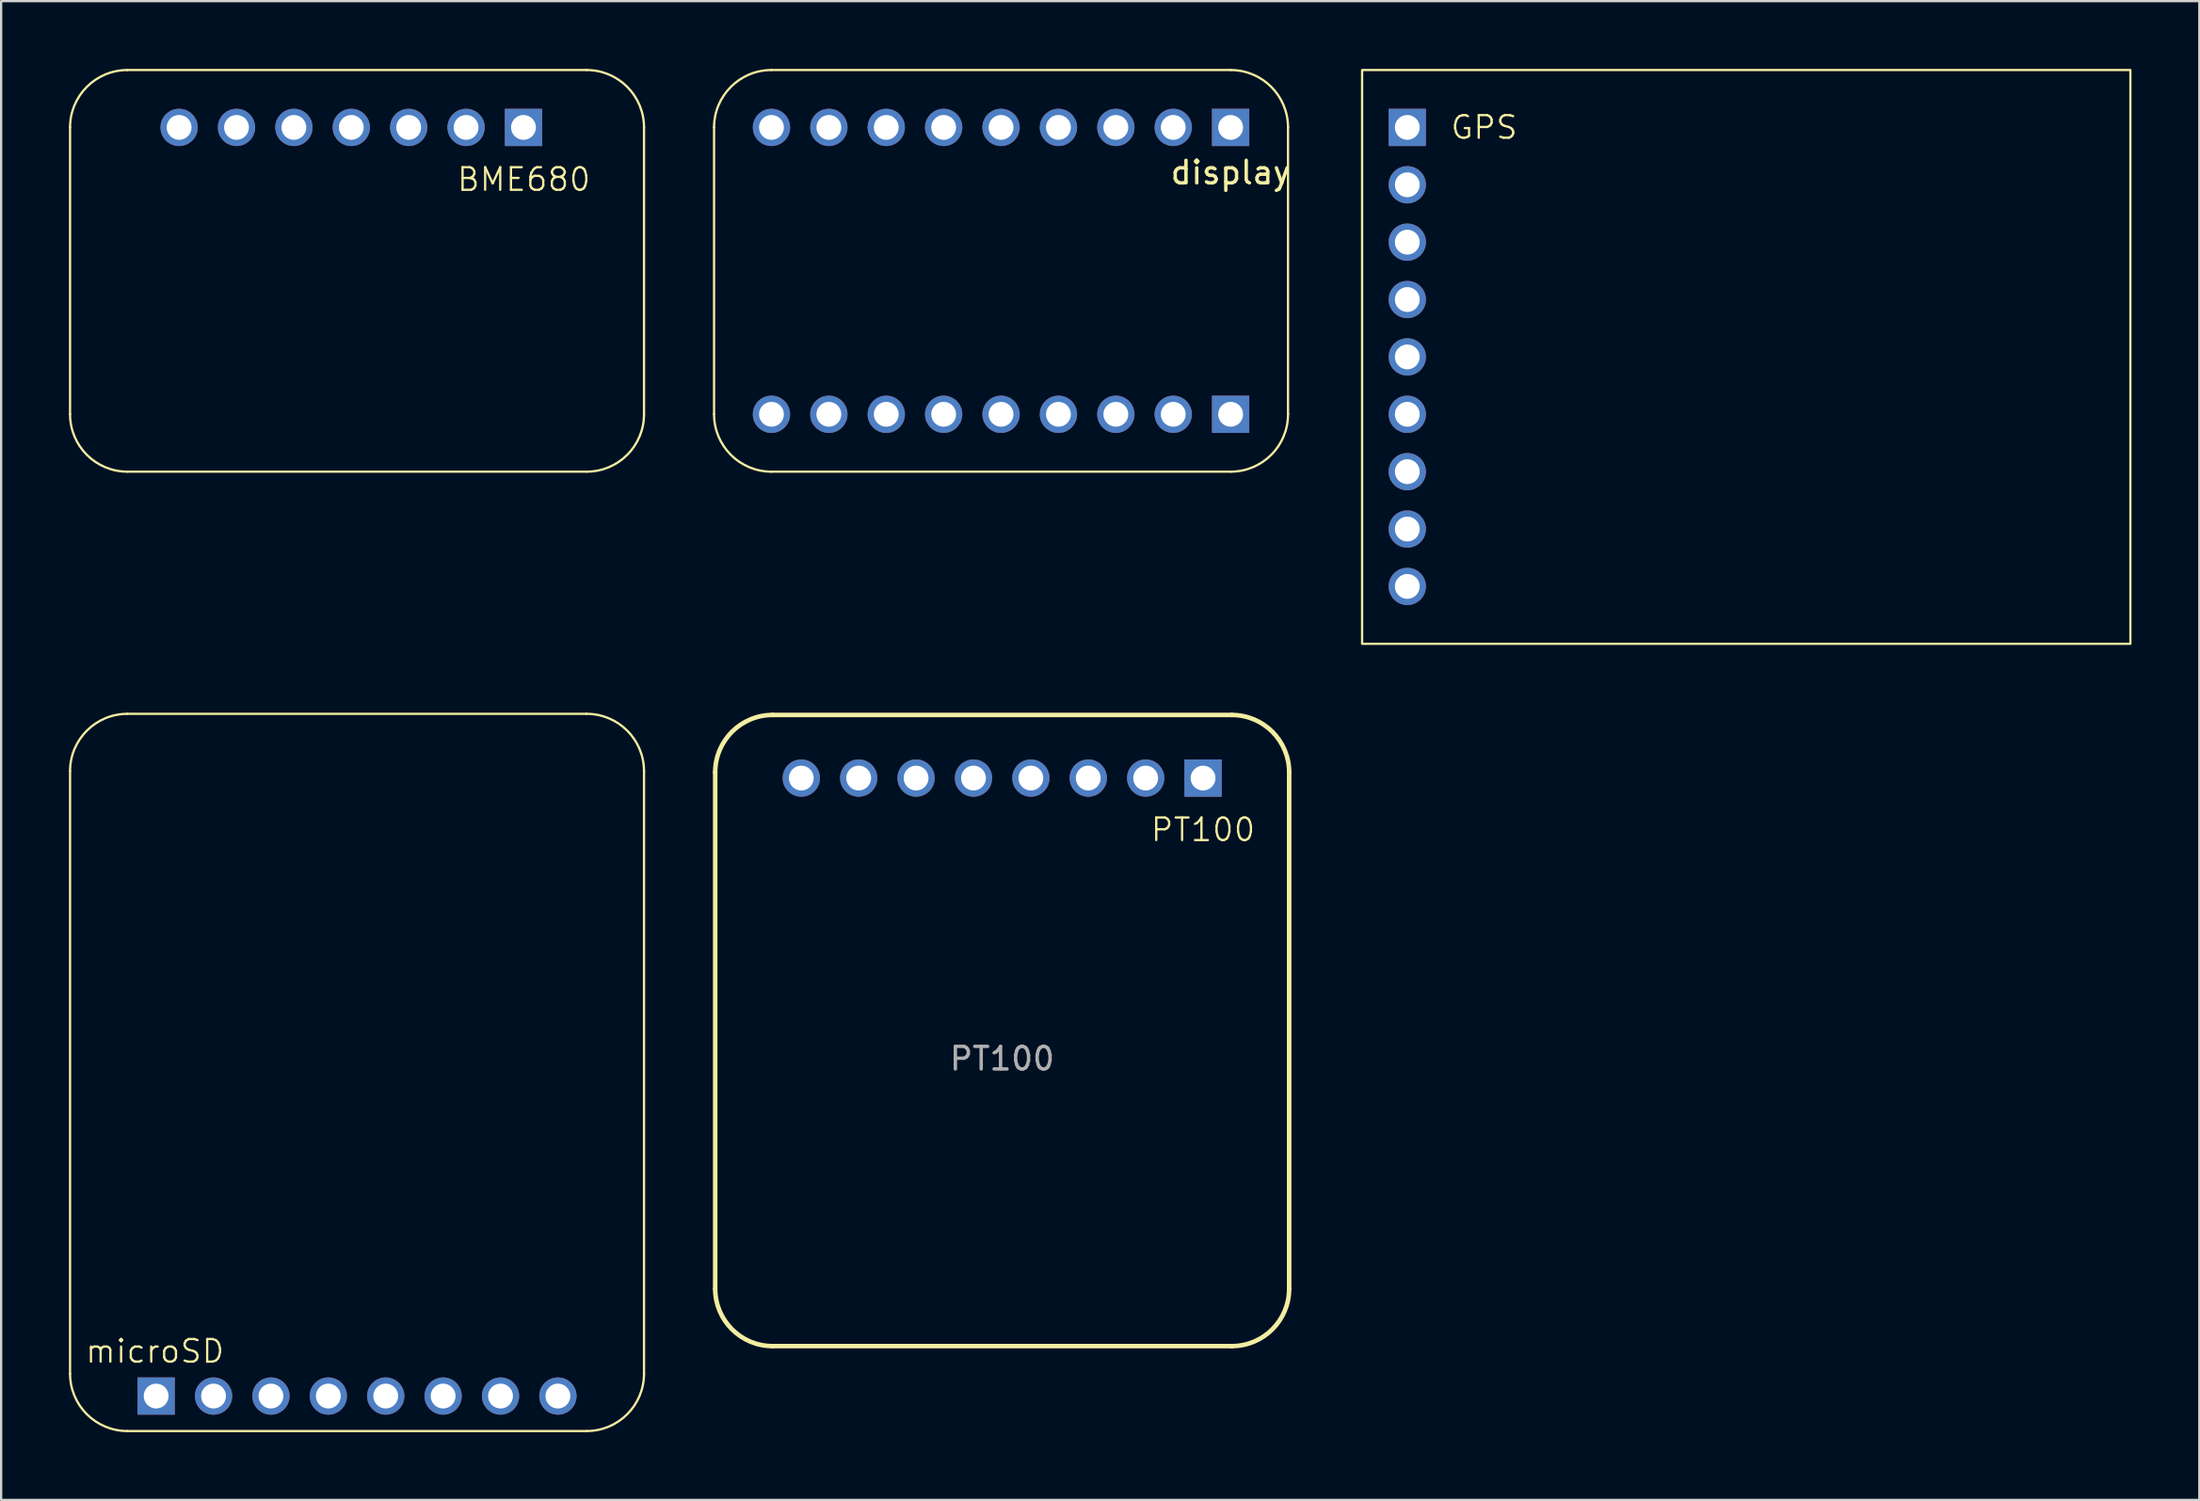
<source format=kicad_pcb>
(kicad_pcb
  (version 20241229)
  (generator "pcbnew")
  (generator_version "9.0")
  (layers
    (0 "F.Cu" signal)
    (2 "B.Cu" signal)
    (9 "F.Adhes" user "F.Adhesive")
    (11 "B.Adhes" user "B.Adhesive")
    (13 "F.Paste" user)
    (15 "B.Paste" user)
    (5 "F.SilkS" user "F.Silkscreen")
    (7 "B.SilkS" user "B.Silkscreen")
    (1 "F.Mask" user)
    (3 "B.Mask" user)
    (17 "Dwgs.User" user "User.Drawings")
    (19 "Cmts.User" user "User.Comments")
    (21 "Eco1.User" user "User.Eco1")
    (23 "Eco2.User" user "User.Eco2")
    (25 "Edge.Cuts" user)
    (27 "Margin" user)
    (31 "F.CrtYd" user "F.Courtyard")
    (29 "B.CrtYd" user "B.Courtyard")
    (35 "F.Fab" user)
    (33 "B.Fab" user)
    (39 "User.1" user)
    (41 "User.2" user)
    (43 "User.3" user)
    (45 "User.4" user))
  (footprint "PT100"
    (layer "F.Cu")
    (at 41.3 43.078)
    (property "Reference" "PT100" (at 8.89 -9.398 0) (unlocked yes) (layer "F.SilkS") (effects (font (size 1 1) (thickness 0.1))))
    (attr through_hole)
    (fp_line (start -12.7 10.922) (end -12.7 -11.938) (stroke (width 0.2) (type default)) (layer "F.SilkS"))
    (fp_line (start -10.16 -14.478) (end 10.16 -14.478) (stroke (width 0.2) (type default)) (layer "F.SilkS"))
    (fp_line (start 10.16 13.462) (end -10.16 13.462) (stroke (width 0.2) (type default)) (layer "F.SilkS"))
    (fp_line (start 12.7 -11.938) (end 12.7 10.922) (stroke (width 0.2) (type default)) (layer "F.SilkS"))
    (fp_arc (start -12.7 -11.938) (mid -11.956051 -13.734051) (end -10.16 -14.478) (stroke (width 0.2) (type default)) (layer "F.SilkS"))
    (fp_arc (start -10.16 13.462) (mid -11.956051 12.718051) (end -12.7 10.922) (stroke (width 0.2) (type default)) (layer "F.SilkS"))
    (fp_arc (start 10.16 -14.478) (mid 11.956051 -13.734051) (end 12.7 -11.938) (stroke (width 0.2) (type default)) (layer "F.SilkS"))
    (fp_arc (start 12.7 10.922) (mid 11.956051 12.718051) (end 10.16 13.462) (stroke (width 0.2) (type default)) (layer "F.SilkS"))
    (fp_text user "${REFERENCE}" (at 0 0.738 0) (unlocked yes) (layer "F.Fab") (effects (font (size 1 1) (thickness 0.15))))
    (pad "1" thru_hole rect (at 8.89 -11.684 180) (size 1.65 1.65) (drill 1.1) (layers "*.Cu" "*.Mask"))
    (pad "2" thru_hole circle (at 6.35 -11.684 180) (size 1.65 1.65) (drill 1.1) (layers "*.Cu" "*.Mask"))
    (pad "3" thru_hole circle (at 3.81 -11.684 180) (size 1.65 1.65) (drill 1.1) (layers "*.Cu" "*.Mask"))
    (pad "4" thru_hole circle (at 1.27 -11.684 180) (size 1.65 1.65) (drill 1.1) (layers "*.Cu" "*.Mask"))
    (pad "5" thru_hole circle (at -1.27 -11.684 180) (size 1.65 1.65) (drill 1.1) (layers "*.Cu" "*.Mask"))
    (pad "6" thru_hole circle (at -3.81 -11.684 180) (size 1.65 1.65) (drill 1.1) (layers "*.Cu" "*.Mask"))
    (pad "7" thru_hole circle (at -6.35 -11.684 180) (size 1.65 1.65) (drill 1.1) (layers "*.Cu" "*.Mask"))
    (pad "8" thru_hole circle (at -8.89 -11.684 180) (size 1.65 1.65) (drill 1.1) (layers "*.Cu" "*.Mask")))
  (footprint "display"
    (layer "F.Cu")
    (at 41.25 8.94)
    (property "Reference" "display" (at 10.16 -4.35 0) (unlocked yes) (layer "F.SilkS") (effects (font (size 1 1) (thickness 0.15))))
    (attr smd)
    (fp_line (start -12.7 -6.35) (end -12.7 6.35) (stroke (width 0.1) (type default)) (layer "F.SilkS"))
    (fp_line (start -10.16 8.89) (end 10.16 8.89) (stroke (width 0.1) (type default)) (layer "F.SilkS"))
    (fp_line (start 10.16 -8.89) (end -10.16 -8.89) (stroke (width 0.1) (type default)) (layer "F.SilkS"))
    (fp_line (start 12.7 6.35) (end 12.7 -6.35) (stroke (width 0.1) (type default)) (layer "F.SilkS"))
    (fp_arc (start -12.7 -6.35) (mid -11.956051 -8.146051) (end -10.16 -8.89) (stroke (width 0.1) (type default)) (layer "F.SilkS"))
    (fp_arc (start -10.16 8.89) (mid -11.956051 8.146051) (end -12.7 6.35) (stroke (width 0.1) (type default)) (layer "F.SilkS"))
    (fp_arc (start 10.16 -8.89) (mid 11.956051 -8.146051) (end 12.7 -6.35) (stroke (width 0.1) (type default)) (layer "F.SilkS"))
    (fp_arc (start 12.7 6.35) (mid 11.956051 8.146051) (end 10.16 8.89) (stroke (width 0.1) (type default)) (layer "F.SilkS"))
    (pad "1" thru_hole rect (at 10.16 -6.35 180) (size 1.65 1.65) (drill 1.1) (layers "*.Cu" "*.Mask"))
    (pad "2" thru_hole circle (at 7.62 -6.35 180) (size 1.65 1.65) (drill 1.1) (layers "*.Cu" "*.Mask"))
    (pad "3" thru_hole circle (at 5.08 -6.35 180) (size 1.65 1.65) (drill 1.1) (layers "*.Cu" "*.Mask"))
    (pad "4" thru_hole circle (at 2.54 -6.35 180) (size 1.65 1.65) (drill 1.1) (layers "*.Cu" "*.Mask"))
    (pad "5" thru_hole circle (at 0 -6.35 180) (size 1.65 1.65) (drill 1.1) (layers "*.Cu" "*.Mask"))
    (pad "6" thru_hole circle (at -2.54 -6.35 180) (size 1.65 1.65) (drill 1.1) (layers "*.Cu" "*.Mask"))
    (pad "7" thru_hole circle (at -5.08 -6.35 180) (size 1.65 1.65) (drill 1.1) (layers "*.Cu" "*.Mask"))
    (pad "8" thru_hole circle (at -7.62 -6.35 180) (size 1.65 1.65) (drill 1.1) (layers "*.Cu" "*.Mask"))
    (pad "9" thru_hole circle (at -10.16 -6.35 180) (size 1.65 1.65) (drill 1.1) (layers "*.Cu" "*.Mask"))
    (pad "10" thru_hole rect (at 10.16 6.35 180) (size 1.65 1.65) (drill 1.1) (layers "*.Cu" "*.Mask"))
    (pad "11" thru_hole circle (at 7.62 6.35 180) (size 1.65 1.65) (drill 1.1) (layers "*.Cu" "*.Mask"))
    (pad "12" thru_hole circle (at 5.08 6.35 180) (size 1.65 1.65) (drill 1.1) (layers "*.Cu" "*.Mask"))
    (pad "13" thru_hole circle (at 2.54 6.35 180) (size 1.65 1.65) (drill 1.1) (layers "*.Cu" "*.Mask"))
    (pad "14" thru_hole circle (at 0 6.35 180) (size 1.65 1.65) (drill 1.1) (layers "*.Cu" "*.Mask"))
    (pad "15" thru_hole circle (at -2.54 6.35 180) (size 1.65 1.65) (drill 1.1) (layers "*.Cu" "*.Mask"))
    (pad "16" thru_hole circle (at -5.08 6.35 180) (size 1.65 1.65) (drill 1.1) (layers "*.Cu" "*.Mask"))
    (pad "17" thru_hole circle (at -7.62 6.35 180) (size 1.65 1.65) (drill 1.1) (layers "*.Cu" "*.Mask"))
    (pad "18" thru_hole circle (at -10.16 6.35 180) (size 1.65 1.65) (drill 1.1) (layers "*.Cu" "*.Mask")))
  (footprint "microSD"
    (layer "F.Cu")
    (at 12.75 44.425)
    (property "Reference" "microSD" (at -8.941 12.344 0) (unlocked yes) (layer "F.SilkS") (effects (font (size 1 1) (thickness 0.1))))
    (attr through_hole)
    (fp_line (start -12.7 -13.335) (end -12.7 13.335) (stroke (width 0.1) (type default)) (layer "F.SilkS"))
    (fp_line (start -10.16 15.875) (end 10.16 15.875) (stroke (width 0.1) (type default)) (layer "F.SilkS"))
    (fp_line (start 10.16 -15.875) (end -10.16 -15.875) (stroke (width 0.1) (type default)) (layer "F.SilkS"))
    (fp_line (start 12.7 13.335) (end 12.7 -13.335) (stroke (width 0.1) (type default)) (layer "F.SilkS"))
    (fp_arc (start -12.7 -13.335) (mid -11.956051 -15.131051) (end -10.16 -15.875) (stroke (width 0.1) (type default)) (layer "F.SilkS"))
    (fp_arc (start -10.16 15.875) (mid -11.956051 15.131051) (end -12.7 13.335) (stroke (width 0.1) (type default)) (layer "F.SilkS"))
    (fp_arc (start 10.16 -15.875) (mid 11.956051 -15.131051) (end 12.7 -13.335) (stroke (width 0.1) (type default)) (layer "F.SilkS"))
    (fp_arc (start 12.7 13.335) (mid 11.956051 15.131051) (end 10.16 15.875) (stroke (width 0.1) (type default)) (layer "F.SilkS"))
    (pad "1" thru_hole rect (at -8.89 14.326) (size 1.65 1.65) (drill 1.1) (layers "*.Cu" "*.Mask"))
    (pad "2" thru_hole circle (at -6.35 14.326) (size 1.65 1.65) (drill 1.1) (layers "*.Cu" "*.Mask"))
    (pad "3" thru_hole circle (at -3.81 14.326) (size 1.65 1.65) (drill 1.1) (layers "*.Cu" "*.Mask"))
    (pad "4" thru_hole circle (at -1.27 14.326) (size 1.65 1.65) (drill 1.1) (layers "*.Cu" "*.Mask"))
    (pad "5" thru_hole circle (at 1.27 14.326) (size 1.65 1.65) (drill 1.1) (layers "*.Cu" "*.Mask"))
    (pad "6" thru_hole circle (at 3.81 14.326) (size 1.65 1.65) (drill 1.1) (layers "*.Cu" "*.Mask"))
    (pad "7" thru_hole circle (at 6.35 14.326) (size 1.65 1.65) (drill 1.1) (layers "*.Cu" "*.Mask"))
    (pad "8" thru_hole circle (at 8.89 14.326) (size 1.65 1.65) (drill 1.1) (layers "*.Cu" "*.Mask")))
  (footprint "GPS"
    (layer "F.Cu")
    (at 74.228 12.75)
    (property "Reference" "GPS" (at -11.6 -10.16 0) (unlocked yes) (layer "F.SilkS") (effects (font (size 1 1) (thickness 0.1))))
    (attr through_hole)
    (fp_rect (start -17 -12.7) (end 17 12.7) (stroke (width 0.1) (type default)) (fill no) (layer "F.SilkS"))
    (pad "1" thru_hole rect (at -15 -10.16 270) (size 1.65 1.65) (drill 1.1) (layers "*.Cu" "*.Mask"))
    (pad "2" thru_hole circle (at -15 -7.62 270) (size 1.65 1.65) (drill 1.1) (layers "*.Cu" "*.Mask"))
    (pad "3" thru_hole circle (at -15 -5.08 270) (size 1.65 1.65) (drill 1.1) (layers "*.Cu" "*.Mask"))
    (pad "4" thru_hole circle (at -15 -2.54 270) (size 1.65 1.65) (drill 1.1) (layers "*.Cu" "*.Mask"))
    (pad "5" thru_hole circle (at -15 0 270) (size 1.65 1.65) (drill 1.1) (layers "*.Cu" "*.Mask"))
    (pad "6" thru_hole circle (at -15 2.54 270) (size 1.65 1.65) (drill 1.1) (layers "*.Cu" "*.Mask"))
    (pad "7" thru_hole circle (at -15 5.08 270) (size 1.65 1.65) (drill 1.1) (layers "*.Cu" "*.Mask"))
    (pad "8" thru_hole circle (at -15 7.62 270) (size 1.65 1.65) (drill 1.1) (layers "*.Cu" "*.Mask"))
    (pad "9" thru_hole circle (at -15 10.16 270) (size 1.65 1.65) (drill 1.1) (layers "*.Cu" "*.Mask")))
  (footprint "BME680"
    (layer "F.Cu")
    (at 12.496 8.94)
    (property "Reference" "BME680" (at 7.638 -4.046 0) (unlocked yes) (layer "F.SilkS") (effects (font (size 1 1) (thickness 0.1))))
    (attr through_hole)
    (fp_line (start -12.446 6.35) (end -12.446 -6.35) (stroke (width 0.1) (type default)) (layer "F.SilkS"))
    (fp_line (start -9.906 -8.89) (end 10.414 -8.89) (stroke (width 0.1) (type default)) (layer "F.SilkS"))
    (fp_line (start 10.414 8.89) (end -9.906 8.89) (stroke (width 0.1) (type default)) (layer "F.SilkS"))
    (fp_line (start 12.954 -6.35) (end 12.954 6.35) (stroke (width 0.1) (type default)) (layer "F.SilkS"))
    (fp_arc (start -12.446 -6.35) (mid -11.702051 -8.146051) (end -9.906 -8.89) (stroke (width 0.1) (type default)) (layer "F.SilkS"))
    (fp_arc (start -9.906 8.89) (mid -11.702051 8.146051) (end -12.446 6.35) (stroke (width 0.1) (type default)) (layer "F.SilkS"))
    (fp_arc (start 10.414 -8.89) (mid 12.210051 -8.146051) (end 12.954 -6.35) (stroke (width 0.1) (type default)) (layer "F.SilkS"))
    (fp_arc (start 12.954 6.35) (mid 12.210051 8.146051) (end 10.414 8.89) (stroke (width 0.1) (type default)) (layer "F.SilkS"))
    (pad "1" thru_hole rect (at 7.62 -6.35) (size 1.65 1.65) (drill 1.1) (layers "*.Cu" "*.Mask"))
    (pad "2" thru_hole circle (at 5.08 -6.35) (size 1.65 1.65) (drill 1.1) (layers "*.Cu" "*.Mask"))
    (pad "3" thru_hole circle (at 2.54 -6.35) (size 1.65 1.65) (drill 1.1) (layers "*.Cu" "*.Mask"))
    (pad "4" thru_hole circle (at 0 -6.35) (size 1.65 1.65) (drill 1.1) (layers "*.Cu" "*.Mask"))
    (pad "5" thru_hole circle (at -2.54 -6.35) (size 1.65 1.65) (drill 1.1) (layers "*.Cu" "*.Mask"))
    (pad "6" thru_hole circle (at -5.08 -6.35) (size 1.65 1.65) (drill 1.1) (layers "*.Cu" "*.Mask"))
    (pad "7" thru_hole circle (at -7.62 -6.35) (size 1.65 1.65) (drill 1.1) (layers "*.Cu" "*.Mask")))
  (gr_rect
    (start -3 -3)
    (end 94.278 63.35)
    (stroke (width 0.1) (type default))
    (fill no)
    (layer "Edge.Cuts")))
</source>
